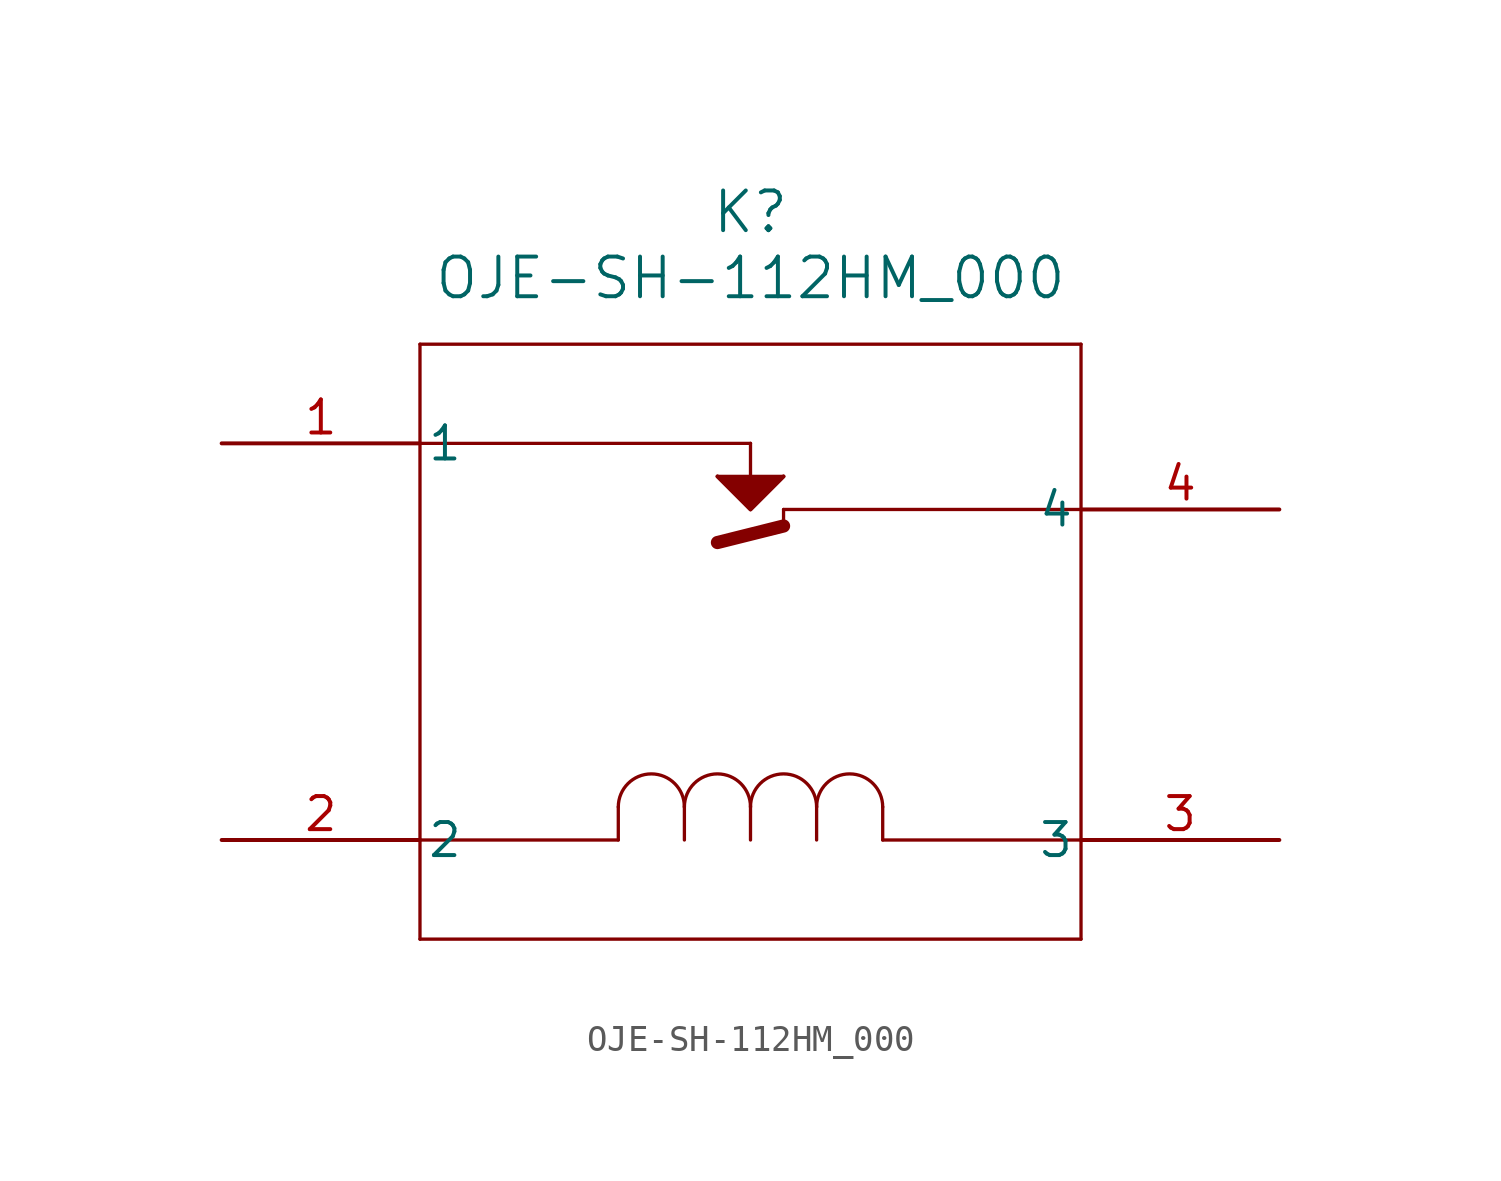
<source format=kicad_sym>
(kicad_symbol_lib
  (version 20231120)
  (generator "kicad_symbol_editor")
  (generator_version "8.0")
  (symbol "OJE-SH-112HM_000"
    (pin_names
      (offset 0.254))
    (property "Reference" "K"
      (at 20.32 8.89 0)
      (effects (font (size 1.524 1.524))))
    (property "Value" "OJE-SH-112HM_000"
      (at 20.32 6.35 0)
      (effects (font (size 1.524 1.524))))
    (property "ki_locked" ""
      (at 0 0 0)
      (effects (font (size 1.27 1.27))))
    (symbol "OJE-SH-112HM_000_0_1"
      (polyline (pts (xy 7.62 -19.05) (xy 33.02 -19.05)) (stroke (width 0.127) (type default)) (fill (type none)))
      (polyline (pts (xy 7.62 -15.24) (xy 15.24 -15.24)) (stroke (width 0.127) (type default)) (fill (type none)))
      (polyline (pts (xy 7.62 3.81) (xy 7.62 -19.05)) (stroke (width 0.127) (type default)) (fill (type none)))
      (polyline (pts (xy 15.24 -13.97) (xy 15.24 -15.24)) (stroke (width 0.127) (type default)) (fill (type none)))
      (polyline (pts (xy 17.78 -13.97) (xy 17.78 -15.24)) (stroke (width 0.127) (type default)) (fill (type none)))
      (polyline (pts (xy 19.05 -1.27) (xy 21.59 -1.27)) (stroke (width 0.127) (type default)) (fill (type none)))
      (polyline (pts (xy 20.32 -13.97) (xy 20.32 -15.24)) (stroke (width 0.127) (type default)) (fill (type none)))
      (polyline (pts (xy 20.32 -2.54) (xy 19.05 -1.27)) (stroke (width 0.127) (type default)) (fill (type none)))
      (polyline (pts (xy 20.32 -2.54) (xy 21.59 -1.27)) (stroke (width 0.127) (type default)) (fill (type none)))
      (polyline (pts (xy 20.32 -1.27) (xy 20.32 0)) (stroke (width 0.127) (type default)) (fill (type none)))
      (polyline (pts (xy 20.32 0) (xy 7.62 0)) (stroke (width 0.127) (type default)) (fill (type none)))
      (polyline (pts (xy 21.59 -3.175) (xy 19.05 -3.81)) (stroke (width 0.508) (type default)) (fill (type none)))
      (polyline (pts (xy 21.59 -2.54) (xy 21.59 -3.175)) (stroke (width 0.127) (type default)) (fill (type none)))
      (polyline (pts (xy 22.86 -13.97) (xy 22.86 -15.24)) (stroke (width 0.127) (type default)) (fill (type none)))
      (polyline (pts (xy 25.4 -15.24) (xy 33.02 -15.24)) (stroke (width 0.127) (type default)) (fill (type none)))
      (polyline (pts (xy 25.4 -13.97) (xy 25.4 -15.24)) (stroke (width 0.127) (type default)) (fill (type none)))
      (polyline (pts (xy 33.02 -19.05) (xy 33.02 3.81)) (stroke (width 0.127) (type default)) (fill (type none)))
      (polyline (pts (xy 33.02 -2.54) (xy 21.59 -2.54)) (stroke (width 0.127) (type default)) (fill (type none)))
      (polyline (pts (xy 33.02 3.81) (xy 7.62 3.81)) (stroke (width 0.127) (type default)) (fill (type none)))
      (polyline (pts (xy 19.05 -1.27) (xy 20.32 -2.54) (xy 21.59 -1.27)) (stroke (width 0) (type default)) (fill (type outline)))
      (arc (start 17.78 -13.97) (mid 16.51 -12.7055) (end 15.24 -13.97) (stroke (width 0.127) (type default)) (fill (type none)))
      (arc (start 20.32 -13.97) (mid 19.05 -12.7055) (end 17.78 -13.97) (stroke (width 0.127) (type default)) (fill (type none)))
      (arc (start 22.86 -13.97) (mid 21.59 -12.7055) (end 20.32 -13.97) (stroke (width 0.127) (type default)) (fill (type none)))
      (arc (start 25.4 -13.97) (mid 24.13 -12.7055) (end 22.86 -13.97) (stroke (width 0.127) (type default)) (fill (type none)))
      (pin unspecified line (at 0 0 0) (length 7.62) (name "1" (effects (font (size 1.27 1.27)))) (number "1" (effects (font (size 1.27 1.27)))))
      (pin unspecified line (at 0 -15.24 0) (length 7.62) (name "2" (effects (font (size 1.27 1.27)))) (number "2" (effects (font (size 1.27 1.27)))))
      (pin unspecified line (at 40.64 -15.24 180) (length 7.62) (name "3" (effects (font (size 1.27 1.27)))) (number "3" (effects (font (size 1.27 1.27)))))
      (pin unspecified line (at 40.64 -2.54 180) (length 7.62) (name "4" (effects (font (size 1.27 1.27)))) (number "4" (effects (font (size 1.27 1.27))))))))
</source>
